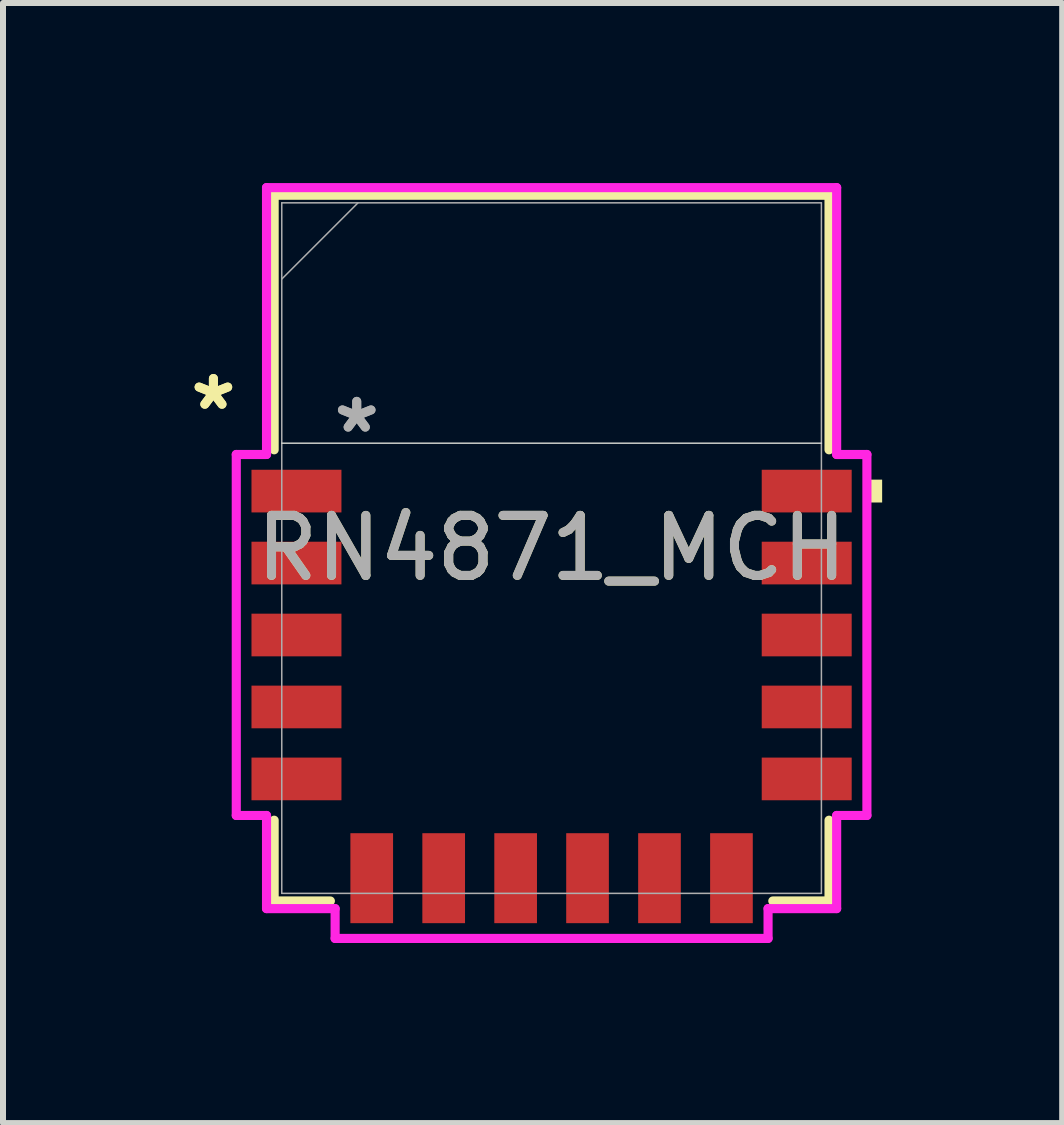
<source format=kicad_pcb>
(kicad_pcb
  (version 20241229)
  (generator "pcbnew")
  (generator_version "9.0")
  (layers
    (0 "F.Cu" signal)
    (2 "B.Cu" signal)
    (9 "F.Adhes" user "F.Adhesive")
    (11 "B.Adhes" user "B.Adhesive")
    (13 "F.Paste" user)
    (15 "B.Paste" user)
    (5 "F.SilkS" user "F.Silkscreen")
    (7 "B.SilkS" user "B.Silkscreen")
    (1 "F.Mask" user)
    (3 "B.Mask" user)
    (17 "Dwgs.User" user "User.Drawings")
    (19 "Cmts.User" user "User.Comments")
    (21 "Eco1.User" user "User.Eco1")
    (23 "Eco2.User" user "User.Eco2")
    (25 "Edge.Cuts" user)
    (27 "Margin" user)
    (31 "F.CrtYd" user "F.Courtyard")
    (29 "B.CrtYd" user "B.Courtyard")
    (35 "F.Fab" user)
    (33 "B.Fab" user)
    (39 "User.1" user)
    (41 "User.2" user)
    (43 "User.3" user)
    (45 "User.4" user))
  (footprint "RN4871_MCH"
    (layer "F.Cu")
    (at 6.141 6.083)
    (property "Reference" "RN4871_MCH" (at 0 0 0) (unlocked yes) (layer "F.SilkS") (effects (font (size 1 1) (thickness 0.15))))
    (attr smd)
    (fp_line (start -4.623 -5.88) (end -4.623 -1.638) (stroke (width 0.152) (type solid)) (layer "F.SilkS"))
    (fp_line (start -4.623 4.534) (end -4.623 5.88) (stroke (width 0.152) (type solid)) (layer "F.SilkS"))
    (fp_line (start -4.623 5.88) (end -3.686 5.88) (stroke (width 0.152) (type solid)) (layer "F.SilkS"))
    (fp_line (start 3.686 5.88) (end 4.623 5.88) (stroke (width 0.152) (type solid)) (layer "F.SilkS"))
    (fp_line (start 4.623 -5.88) (end -4.623 -5.88) (stroke (width 0.152) (type solid)) (layer "F.SilkS"))
    (fp_line (start 4.623 -1.638) (end 4.623 -5.88) (stroke (width 0.152) (type solid)) (layer "F.SilkS"))
    (fp_line (start 4.623 5.88) (end 4.623 4.534) (stroke (width 0.152) (type solid)) (layer "F.SilkS"))
    (fp_poly (pts (xy 5.508 -1.141) (xy 5.508 -0.76) (xy 5.254 -0.76) (xy 5.254 -1.141)) (stroke (width 0) (type solid)) (fill yes) (layer "F.SilkS"))
    (fp_poly (pts (xy -3.501 1.148) (xy -1.495 1.148) (xy -1.495 -1.748) (xy -3.501 -1.748)) (stroke (width 0.1) (type solid)) (fill no) (layer "Eco2.User"))
    (fp_poly (pts (xy -0.207 4.26) (xy 3.501 4.26) (xy 3.501 -1.252) (xy -0.207 -1.252)) (stroke (width 0.1) (type solid)) (fill no) (layer "Eco2.User"))
    (fp_line (start -4.496 -1.748) (end 4.496 -1.748) (stroke (width 0.025) (type solid)) (layer "Edge.Cuts"))
    (fp_line (start -5.254 -1.56) (end -5.254 4.455) (stroke (width 0.152) (type solid)) (layer "F.CrtYd"))
    (fp_line (start -5.254 4.455) (end -4.75 4.455) (stroke (width 0.152) (type solid)) (layer "F.CrtYd"))
    (fp_line (start -4.75 -6.007) (end -4.75 -1.56) (stroke (width 0.152) (type solid)) (layer "F.CrtYd"))
    (fp_line (start -4.75 -1.56) (end -5.254 -1.56) (stroke (width 0.152) (type solid)) (layer "F.CrtYd"))
    (fp_line (start -4.75 4.455) (end -4.75 6.007) (stroke (width 0.152) (type solid)) (layer "F.CrtYd"))
    (fp_line (start -4.75 6.007) (end -3.607 6.007) (stroke (width 0.152) (type solid)) (layer "F.CrtYd"))
    (fp_line (start -3.607 6.007) (end -3.607 6.504) (stroke (width 0.152) (type solid)) (layer "F.CrtYd"))
    (fp_line (start -3.607 6.504) (end 3.607 6.504) (stroke (width 0.152) (type solid)) (layer "F.CrtYd"))
    (fp_line (start 3.607 6.007) (end 4.75 6.007) (stroke (width 0.152) (type solid)) (layer "F.CrtYd"))
    (fp_line (start 3.607 6.504) (end 3.607 6.007) (stroke (width 0.152) (type solid)) (layer "F.CrtYd"))
    (fp_line (start 4.75 -6.007) (end -4.75 -6.007) (stroke (width 0.152) (type solid)) (layer "F.CrtYd"))
    (fp_line (start 4.75 -1.56) (end 4.75 -6.007) (stroke (width 0.152) (type solid)) (layer "F.CrtYd"))
    (fp_line (start 4.75 4.455) (end 5.254 4.455) (stroke (width 0.152) (type solid)) (layer "F.CrtYd"))
    (fp_line (start 4.75 6.007) (end 4.75 4.455) (stroke (width 0.152) (type solid)) (layer "F.CrtYd"))
    (fp_line (start 5.254 -1.56) (end 4.75 -1.56) (stroke (width 0.152) (type solid)) (layer "F.CrtYd"))
    (fp_line (start 5.254 4.455) (end 5.254 -1.56) (stroke (width 0.152) (type solid)) (layer "F.CrtYd"))
    (fp_line (start -4.496 -5.753) (end -4.496 5.753) (stroke (width 0.025) (type solid)) (layer "F.Fab"))
    (fp_line (start -4.496 -4.483) (end -3.226 -5.753) (stroke (width 0.025) (type solid)) (layer "F.Fab"))
    (fp_line (start -4.496 5.753) (end 4.496 5.753) (stroke (width 0.025) (type solid)) (layer "F.Fab"))
    (fp_line (start 4.496 -5.753) (end -4.496 -5.753) (stroke (width 0.025) (type solid)) (layer "F.Fab"))
    (fp_line (start 4.496 5.753) (end 4.496 -5.753) (stroke (width 0.025) (type solid)) (layer "F.Fab"))
    (fp_text user "*" (at -5.635 -2.281 0) (layer "F.SilkS") (effects (font (size 1 1) (thickness 0.15))))
    (fp_text user "*" (at -5.635 -2.281 0) (unlocked yes) (layer "F.SilkS") (effects (font (size 1 1) (thickness 0.15))))
    (fp_text user "${REFERENCE}" (at 0 0 0) (unlocked yes) (layer "F.Fab") (effects (font (size 1 1) (thickness 0.15))))
    (fp_text user "*" (at -3.247 -1.9 0) (unlocked yes) (layer "F.Fab") (effects (font (size 1 1) (thickness 0.15))))
    (fp_text user "*" (at -3.247 -1.9 0) (layer "F.Fab") (effects (font (size 1 1) (thickness 0.15))))
    (pad "1" smd rect (at -4.251 -0.95 90) (size 0.711 1.499) (layers "F.Cu" "F.Mask" "F.Paste"))
    (pad "2" smd rect (at -4.251 0.249 90) (size 0.711 1.499) (layers "F.Cu" "F.Mask" "F.Paste"))
    (pad "3" smd rect (at -4.251 1.448 90) (size 0.711 1.499) (layers "F.Cu" "F.Mask" "F.Paste"))
    (pad "4" smd rect (at -4.251 2.647 90) (size 0.711 1.499) (layers "F.Cu" "F.Mask" "F.Paste"))
    (pad "5" smd rect (at -4.251 3.846 90) (size 0.711 1.499) (layers "F.Cu" "F.Mask" "F.Paste"))
    (pad "6" smd rect (at -2.997 5.5) (size 0.711 1.499) (layers "F.Cu" "F.Mask" "F.Paste"))
    (pad "7" smd rect (at -1.798 5.5) (size 0.711 1.499) (layers "F.Cu" "F.Mask" "F.Paste"))
    (pad "8" smd rect (at -0.599 5.5) (size 0.711 1.499) (layers "F.Cu" "F.Mask" "F.Paste"))
    (pad "9" smd rect (at 0.599 5.5) (size 0.711 1.499) (layers "F.Cu" "F.Mask" "F.Paste"))
    (pad "10" smd rect (at 1.798 5.5) (size 0.711 1.499) (layers "F.Cu" "F.Mask" "F.Paste"))
    (pad "11" smd rect (at 2.997 5.5) (size 0.711 1.499) (layers "F.Cu" "F.Mask" "F.Paste"))
    (pad "12" smd rect (at 4.251 3.846 90) (size 0.711 1.499) (layers "F.Cu" "F.Mask" "F.Paste"))
    (pad "13" smd rect (at 4.251 2.647 90) (size 0.711 1.499) (layers "F.Cu" "F.Mask" "F.Paste"))
    (pad "14" smd rect (at 4.251 1.448 90) (size 0.711 1.499) (layers "F.Cu" "F.Mask" "F.Paste"))
    (pad "15" smd rect (at 4.251 0.249 90) (size 0.711 1.499) (layers "F.Cu" "F.Mask" "F.Paste"))
    (pad "16" smd rect (at 4.251 -0.95 90) (size 0.711 1.499) (layers "F.Cu" "F.Mask" "F.Paste")))
  (gr_rect
    (start -3 -3)
    (end 14.649 15.663)
    (stroke (width 0.1) (type default))
    (fill no)
    (layer "Edge.Cuts")))
</source>
